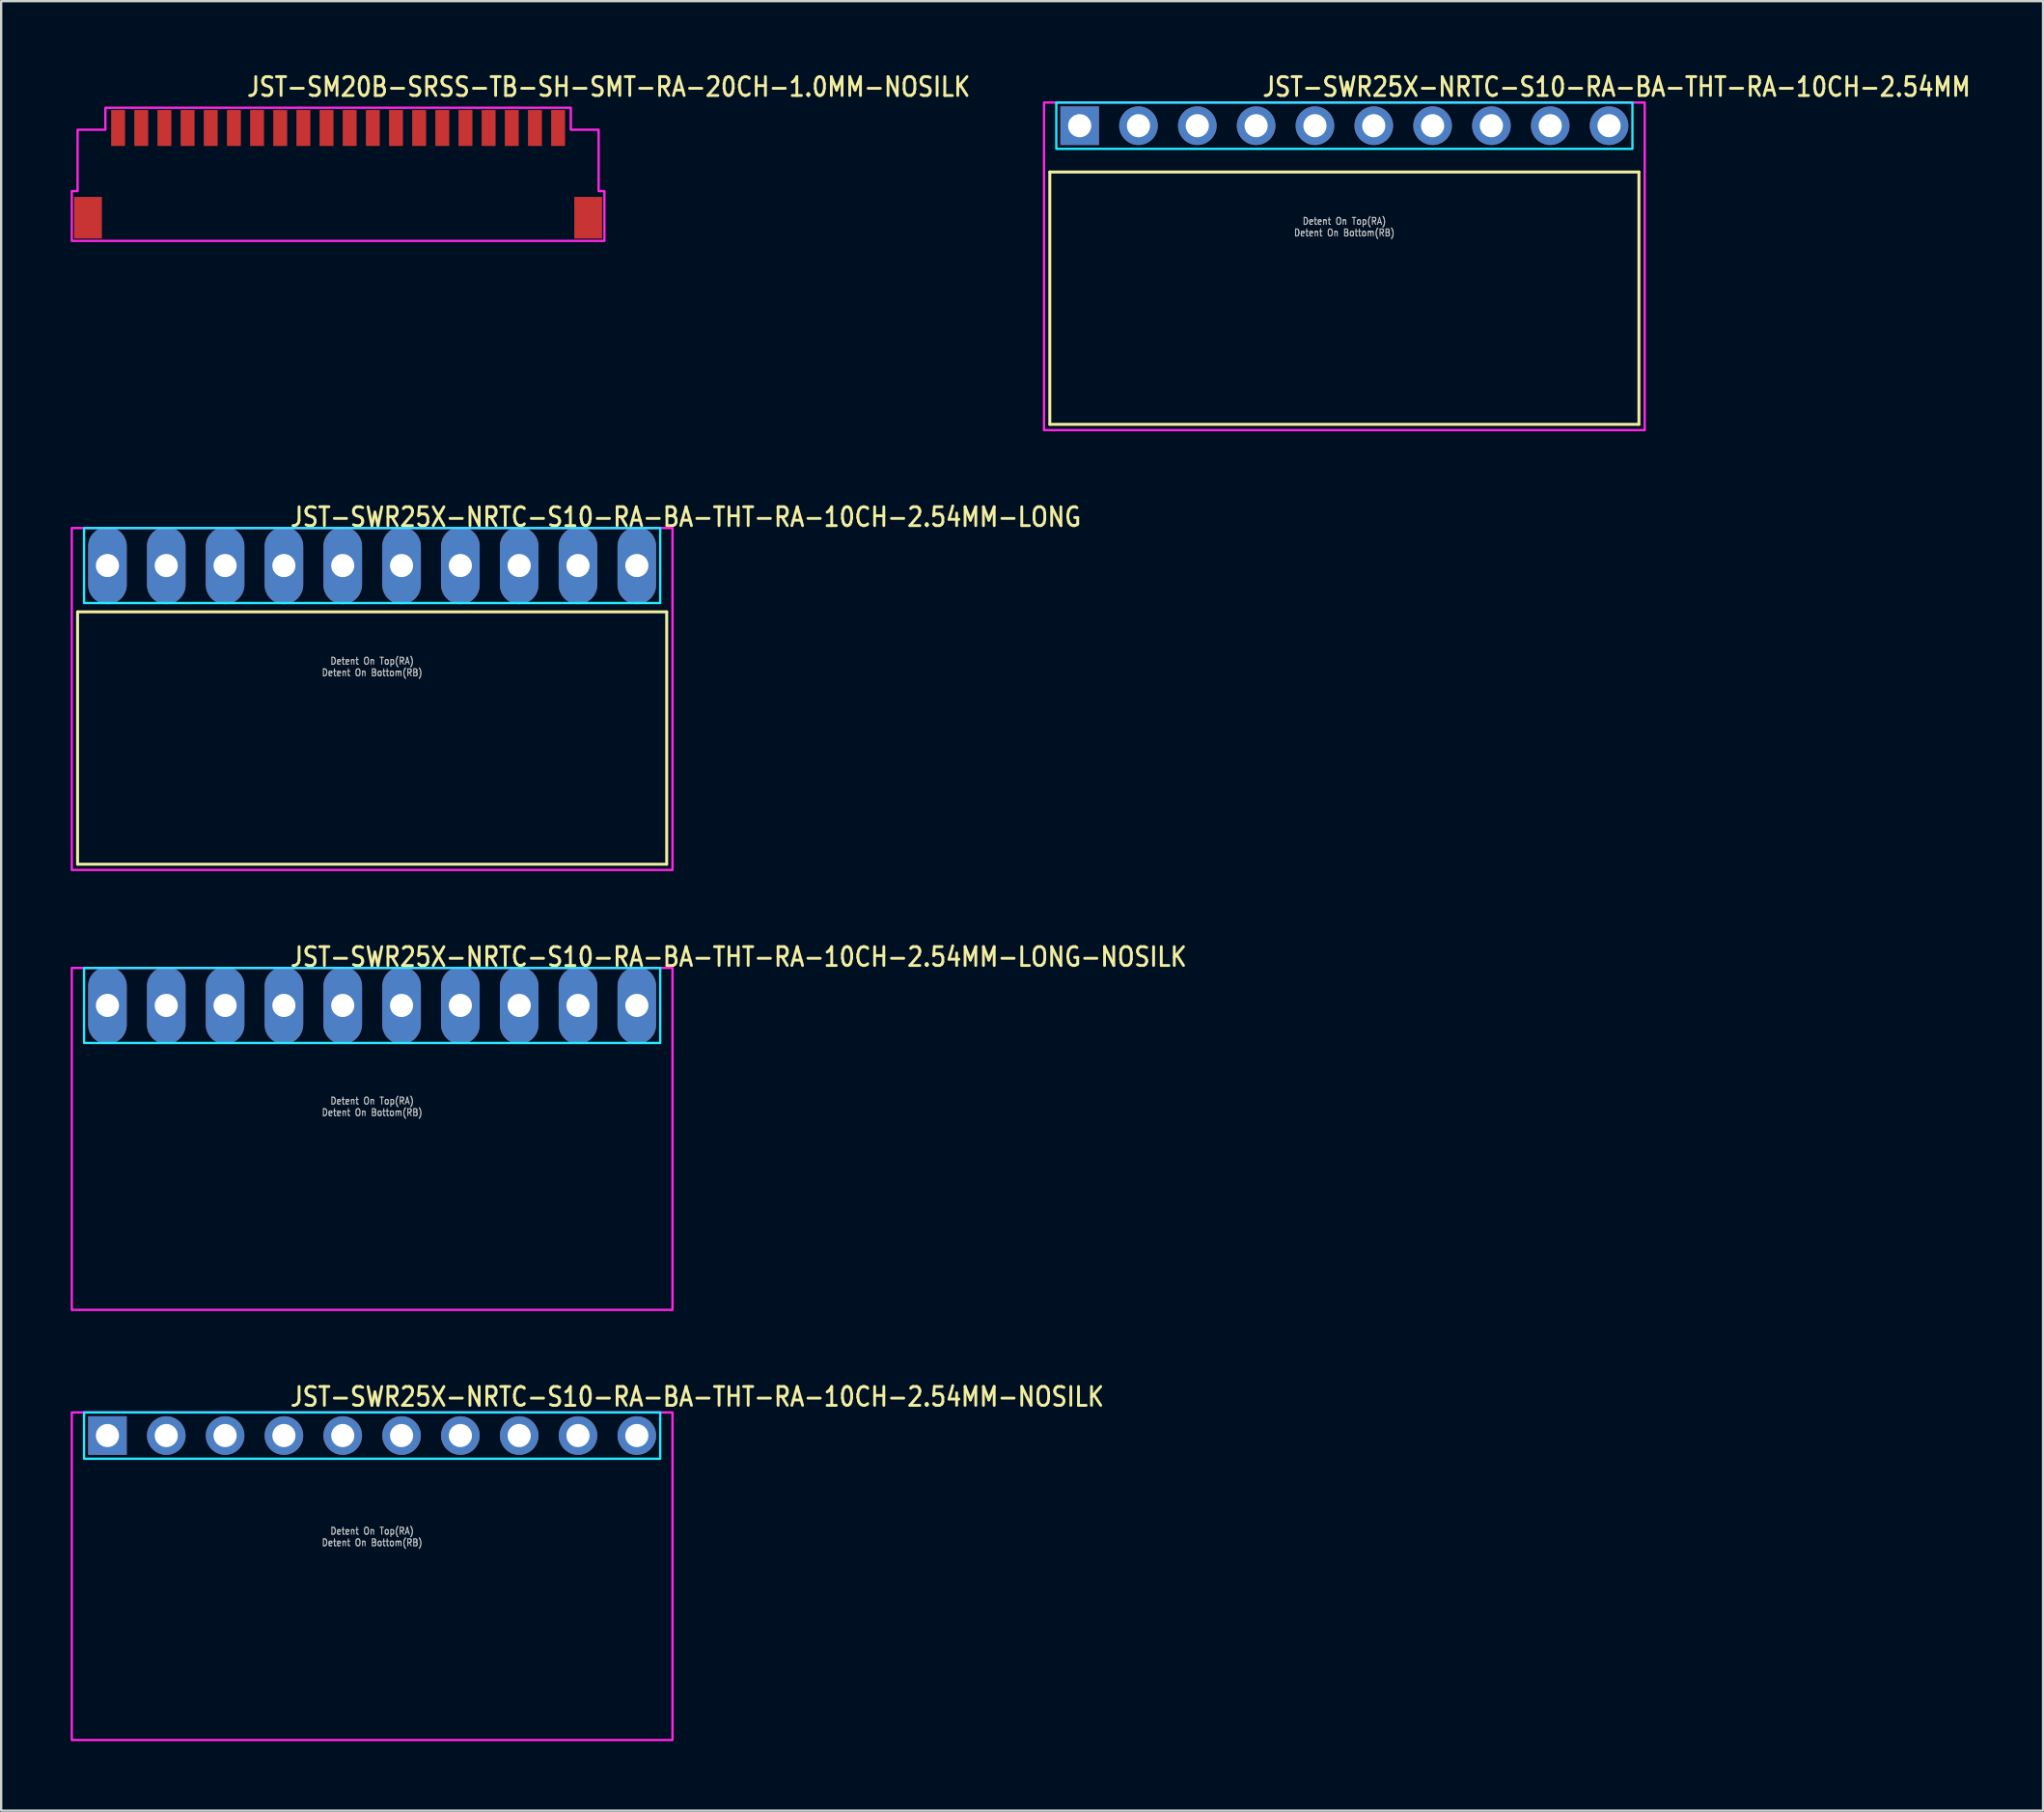
<source format=kicad_pcb>
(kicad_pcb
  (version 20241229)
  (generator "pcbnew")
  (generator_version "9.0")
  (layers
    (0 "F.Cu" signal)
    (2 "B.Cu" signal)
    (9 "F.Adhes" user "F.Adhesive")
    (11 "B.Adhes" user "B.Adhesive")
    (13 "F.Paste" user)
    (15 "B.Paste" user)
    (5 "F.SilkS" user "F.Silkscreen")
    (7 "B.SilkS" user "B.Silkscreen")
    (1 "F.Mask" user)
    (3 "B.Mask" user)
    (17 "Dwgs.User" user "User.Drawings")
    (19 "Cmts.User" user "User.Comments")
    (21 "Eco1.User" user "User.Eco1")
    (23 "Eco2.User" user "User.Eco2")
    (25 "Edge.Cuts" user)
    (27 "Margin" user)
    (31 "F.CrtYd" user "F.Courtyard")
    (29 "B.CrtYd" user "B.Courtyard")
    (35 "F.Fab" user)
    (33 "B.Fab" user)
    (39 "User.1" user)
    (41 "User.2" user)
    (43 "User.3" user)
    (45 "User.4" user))
  (footprint "JST-SWR25X-NRTC-S10-RA-BA-THT-RA-10CH-2.54MM-NOSILK"
    (layer "F.Cu")
    (at 13.02 58.954)
    (property "Reference" "JST-SWR25X-NRTC-S10-RA-BA-THT-RA-10CH-2.54MM-NOSILK" (at -3.6 -1.2 0) (unlocked yes) (layer "F.SilkS") (effects (font (size 0.813 0.695) (thickness 0.122)) (justify left bottom)))
    (fp_poly (pts (xy -12.44 -1) (xy -12.44 1) (xy 12.44 1) (xy 12.44 -1)) (stroke (width 0.1) (type solid)) (fill no) (layer "B.CrtYd"))
    (fp_poly (pts (xy -12.97 -1) (xy -12.97 13.15) (xy 12.97 13.15) (xy 12.97 -1)) (stroke (width 0.1) (type solid)) (fill no) (layer "F.CrtYd"))
    (fp_text user "Detent On Top(RA)" (at 0 4.3 0) (unlocked yes) (layer "Dwgs.User") (effects (font (size 0.3 0.257) (thickness 0.045)) (justify bottom)))
    (fp_text user "Detent On Bottom(RB)" (at 0 4.8 0) (unlocked yes) (layer "Dwgs.User") (effects (font (size 0.3 0.257) (thickness 0.045)) (justify bottom)))
    (pad "1" thru_hole rect (at -11.43 0) (size 1.667 1.667) (drill 1) (layers "*.Cu" "*.Mask"))
    (pad "2" thru_hole oval (at -8.89 0) (size 1.667 1.667) (drill 1) (layers "*.Cu" "*.Mask"))
    (pad "3" thru_hole oval (at -6.35 0) (size 1.667 1.667) (drill 1) (layers "*.Cu" "*.Mask"))
    (pad "4" thru_hole oval (at -3.81 0) (size 1.667 1.667) (drill 1) (layers "*.Cu" "*.Mask"))
    (pad "5" thru_hole oval (at -1.27 0) (size 1.667 1.667) (drill 1) (layers "*.Cu" "*.Mask"))
    (pad "6" thru_hole oval (at 1.27 0) (size 1.667 1.667) (drill 1) (layers "*.Cu" "*.Mask"))
    (pad "7" thru_hole oval (at 3.81 0) (size 1.667 1.667) (drill 1) (layers "*.Cu" "*.Mask"))
    (pad "8" thru_hole oval (at 6.35 0) (size 1.667 1.667) (drill 1) (layers "*.Cu" "*.Mask"))
    (pad "9" thru_hole oval (at 8.89 0) (size 1.667 1.667) (drill 1) (layers "*.Cu" "*.Mask"))
    (pad "10" thru_hole oval (at 11.43 0) (size 1.667 1.667) (drill 1) (layers "*.Cu" "*.Mask")))
  (footprint "JST-SWR25X-NRTC-S10-RA-BA-THT-RA-10CH-2.54MM-LONG-NOSILK"
    (layer "F.Cu")
    (at 13.02 40.376)
    (property "Reference" "JST-SWR25X-NRTC-S10-RA-BA-THT-RA-10CH-2.54MM-LONG-NOSILK" (at -3.6 -1.62 0) (unlocked yes) (layer "F.SilkS") (effects (font (size 0.813 0.695) (thickness 0.122)) (justify left bottom)))
    (fp_poly (pts (xy -12.44 -1.62) (xy -12.44 1.62) (xy 12.44 1.62) (xy 12.44 -1.62)) (stroke (width 0.1) (type solid)) (fill no) (layer "B.CrtYd"))
    (fp_poly (pts (xy -12.97 -1.62) (xy -12.97 13.15) (xy 12.97 13.15) (xy 12.97 -1.62)) (stroke (width 0.1) (type solid)) (fill no) (layer "F.CrtYd"))
    (fp_text user "Detent On Bottom(RB)" (at 0 4.8 0) (unlocked yes) (layer "Dwgs.User") (effects (font (size 0.3 0.257) (thickness 0.045)) (justify bottom)))
    (fp_text user "Detent On Top(RA)" (at 0 4.3 0) (unlocked yes) (layer "Dwgs.User") (effects (font (size 0.3 0.257) (thickness 0.045)) (justify bottom)))
    (pad "1" thru_hole oval (at -11.43 0 90) (size 3.333 1.667) (drill 1) (layers "*.Cu" "*.Mask"))
    (pad "2" thru_hole oval (at -8.89 0 90) (size 3.333 1.667) (drill 1) (layers "*.Cu" "*.Mask"))
    (pad "3" thru_hole oval (at -6.35 0 90) (size 3.333 1.667) (drill 1) (layers "*.Cu" "*.Mask"))
    (pad "4" thru_hole oval (at -3.81 0 90) (size 3.333 1.667) (drill 1) (layers "*.Cu" "*.Mask"))
    (pad "5" thru_hole oval (at -1.27 0 90) (size 3.333 1.667) (drill 1) (layers "*.Cu" "*.Mask"))
    (pad "6" thru_hole oval (at 1.27 0 90) (size 3.333 1.667) (drill 1) (layers "*.Cu" "*.Mask"))
    (pad "7" thru_hole oval (at 3.81 0 90) (size 3.333 1.667) (drill 1) (layers "*.Cu" "*.Mask"))
    (pad "8" thru_hole oval (at 6.35 0 90) (size 3.333 1.667) (drill 1) (layers "*.Cu" "*.Mask"))
    (pad "9" thru_hole oval (at 8.89 0 90) (size 3.333 1.667) (drill 1) (layers "*.Cu" "*.Mask"))
    (pad "10" thru_hole oval (at 11.43 0 90) (size 3.333 1.667) (drill 1) (layers "*.Cu" "*.Mask")))
  (footprint "JST-SM20B-SRSS-TB-SH-SMT-RA-20CH-1.0MM-NOSILK"
    (layer "F.Cu")
    (at 11.55 4.479)
    (property "Reference" "JST-SM20B-SRSS-TB-SH-SMT-RA-20CH-1.0MM-NOSILK" (at -4 -3.3 0) (unlocked yes) (layer "F.SilkS") (effects (font (size 0.813 0.695) (thickness 0.122)) (justify left bottom)))
    (fp_poly (pts (xy -11.5 2.875) (xy -11.5 0.725) (xy -11.25 0.725) (xy -11.25 -1.925) (xy -10.05 -1.925) (xy -10.05 -2.875) (xy 10.05 -2.875) (xy 10.05 -1.925) (xy 11.25 -1.925) (xy 11.25 0.725) (xy 11.5 0.725) (xy 11.5 2.875)) (stroke (width 0.1) (type solid)) (fill no) (layer "F.CrtYd"))
    (pad "1" smd rect (at -9.5 -2) (size 0.6 1.55) (layers "F.Cu" "F.Mask" "F.Paste"))
    (pad "2" smd rect (at -8.5 -2) (size 0.6 1.55) (layers "F.Cu" "F.Mask" "F.Paste"))
    (pad "3" smd rect (at -7.5 -2) (size 0.6 1.55) (layers "F.Cu" "F.Mask" "F.Paste"))
    (pad "4" smd rect (at -6.5 -2) (size 0.6 1.55) (layers "F.Cu" "F.Mask" "F.Paste"))
    (pad "5" smd rect (at -5.5 -2) (size 0.6 1.55) (layers "F.Cu" "F.Mask" "F.Paste"))
    (pad "6" smd rect (at -4.5 -2) (size 0.6 1.55) (layers "F.Cu" "F.Mask" "F.Paste"))
    (pad "7" smd rect (at -3.5 -2) (size 0.6 1.55) (layers "F.Cu" "F.Mask" "F.Paste"))
    (pad "8" smd rect (at -2.5 -2) (size 0.6 1.55) (layers "F.Cu" "F.Mask" "F.Paste"))
    (pad "9" smd rect (at -1.5 -2) (size 0.6 1.55) (layers "F.Cu" "F.Mask" "F.Paste"))
    (pad "10" smd rect (at -0.5 -2) (size 0.6 1.55) (layers "F.Cu" "F.Mask" "F.Paste"))
    (pad "11" smd rect (at 0.5 -2) (size 0.6 1.55) (layers "F.Cu" "F.Mask" "F.Paste"))
    (pad "12" smd rect (at 1.5 -2) (size 0.6 1.55) (layers "F.Cu" "F.Mask" "F.Paste"))
    (pad "13" smd rect (at 2.5 -2) (size 0.6 1.55) (layers "F.Cu" "F.Mask" "F.Paste"))
    (pad "14" smd rect (at 3.5 -2) (size 0.6 1.55) (layers "F.Cu" "F.Mask" "F.Paste"))
    (pad "15" smd rect (at 4.5 -2) (size 0.6 1.55) (layers "F.Cu" "F.Mask" "F.Paste"))
    (pad "16" smd rect (at 5.5 -2) (size 0.6 1.55) (layers "F.Cu" "F.Mask" "F.Paste"))
    (pad "17" smd rect (at 6.5 -2) (size 0.6 1.55) (layers "F.Cu" "F.Mask" "F.Paste"))
    (pad "18" smd rect (at 7.5 -2) (size 0.6 1.55) (layers "F.Cu" "F.Mask" "F.Paste"))
    (pad "19" smd rect (at 8.5 -2) (size 0.6 1.55) (layers "F.Cu" "F.Mask" "F.Paste"))
    (pad "20" smd rect (at 9.5 -2) (size 0.6 1.55) (layers "F.Cu" "F.Mask" "F.Paste"))
    (pad "S_20" smd rect (at -10.8 1.875) (size 1.2 1.8) (layers "F.Cu" "F.Mask" "F.Paste"))
    (pad "S_21" smd rect (at 10.8 1.875) (size 1.2 1.8) (layers "F.Cu" "F.Mask" "F.Paste")))
  (footprint "JST-SWR25X-NRTC-S10-RA-BA-THT-RA-10CH-2.54MM-LONG"
    (layer "F.Cu")
    (at 13.02 21.377)
    (property "Reference" "JST-SWR25X-NRTC-S10-RA-BA-THT-RA-10CH-2.54MM-LONG" (at -3.6 -1.62 0) (unlocked yes) (layer "F.SilkS") (effects (font (size 0.813 0.695) (thickness 0.122)) (justify left bottom)))
    (fp_line (start -12.72 2) (end 12.72 2) (stroke (width 0.127) (type solid)) (layer "F.SilkS"))
    (fp_line (start -12.72 12.9) (end -12.72 2) (stroke (width 0.127) (type solid)) (layer "F.SilkS"))
    (fp_line (start -12.72 12.9) (end 12.72 12.9) (stroke (width 0.127) (type solid)) (layer "F.SilkS"))
    (fp_line (start 12.72 2) (end 12.72 12.9) (stroke (width 0.127) (type solid)) (layer "F.SilkS"))
    (fp_poly (pts (xy -12.44 -1.62) (xy -12.44 1.62) (xy 12.44 1.62) (xy 12.44 -1.62)) (stroke (width 0.1) (type solid)) (fill no) (layer "B.CrtYd"))
    (fp_poly (pts (xy -12.97 -1.62) (xy -12.97 13.15) (xy 12.97 13.15) (xy 12.97 -1.62)) (stroke (width 0.1) (type solid)) (fill no) (layer "F.CrtYd"))
    (fp_text user "Detent On Bottom(RB)" (at 0 4.8 0) (unlocked yes) (layer "Dwgs.User") (effects (font (size 0.3 0.257) (thickness 0.045)) (justify bottom)))
    (fp_text user "Detent On Top(RA)" (at 0 4.3 0) (unlocked yes) (layer "Dwgs.User") (effects (font (size 0.3 0.257) (thickness 0.045)) (justify bottom)))
    (pad "1" thru_hole oval (at -11.43 0 90) (size 3.333 1.667) (drill 1) (layers "*.Cu" "*.Mask"))
    (pad "2" thru_hole oval (at -8.89 0 90) (size 3.333 1.667) (drill 1) (layers "*.Cu" "*.Mask"))
    (pad "3" thru_hole oval (at -6.35 0 90) (size 3.333 1.667) (drill 1) (layers "*.Cu" "*.Mask"))
    (pad "4" thru_hole oval (at -3.81 0 90) (size 3.333 1.667) (drill 1) (layers "*.Cu" "*.Mask"))
    (pad "5" thru_hole oval (at -1.27 0 90) (size 3.333 1.667) (drill 1) (layers "*.Cu" "*.Mask"))
    (pad "6" thru_hole oval (at 1.27 0 90) (size 3.333 1.667) (drill 1) (layers "*.Cu" "*.Mask"))
    (pad "7" thru_hole oval (at 3.81 0 90) (size 3.333 1.667) (drill 1) (layers "*.Cu" "*.Mask"))
    (pad "8" thru_hole oval (at 6.35 0 90) (size 3.333 1.667) (drill 1) (layers "*.Cu" "*.Mask"))
    (pad "9" thru_hole oval (at 8.89 0 90) (size 3.333 1.667) (drill 1) (layers "*.Cu" "*.Mask"))
    (pad "10" thru_hole oval (at 11.43 0 90) (size 3.333 1.667) (drill 1) (layers "*.Cu" "*.Mask")))
  (footprint "JST-SWR25X-NRTC-S10-RA-BA-THT-RA-10CH-2.54MM"
    (layer "F.Cu")
    (at 55.003 2.379)
    (property "Reference" "JST-SWR25X-NRTC-S10-RA-BA-THT-RA-10CH-2.54MM" (at -3.6 -1.2 0) (unlocked yes) (layer "F.SilkS") (effects (font (size 0.813 0.695) (thickness 0.122)) (justify left bottom)))
    (fp_line (start -12.72 2) (end 12.72 2) (stroke (width 0.127) (type solid)) (layer "F.SilkS"))
    (fp_line (start -12.72 12.9) (end -12.72 2) (stroke (width 0.127) (type solid)) (layer "F.SilkS"))
    (fp_line (start -12.72 12.9) (end 12.72 12.9) (stroke (width 0.127) (type solid)) (layer "F.SilkS"))
    (fp_line (start 12.72 2) (end 12.72 12.9) (stroke (width 0.127) (type solid)) (layer "F.SilkS"))
    (fp_poly (pts (xy -12.44 -1) (xy -12.44 1) (xy 12.44 1) (xy 12.44 -1)) (stroke (width 0.1) (type solid)) (fill no) (layer "B.CrtYd"))
    (fp_poly (pts (xy -12.97 -1) (xy -12.97 13.15) (xy 12.97 13.15) (xy 12.97 -1)) (stroke (width 0.1) (type solid)) (fill no) (layer "F.CrtYd"))
    (fp_text user "Detent On Bottom(RB)" (at 0 4.8 0) (unlocked yes) (layer "Dwgs.User") (effects (font (size 0.3 0.257) (thickness 0.045)) (justify bottom)))
    (fp_text user "Detent On Top(RA)" (at 0 4.3 0) (unlocked yes) (layer "Dwgs.User") (effects (font (size 0.3 0.257) (thickness 0.045)) (justify bottom)))
    (pad "1" thru_hole rect (at -11.43 0) (size 1.667 1.667) (drill 1) (layers "*.Cu" "*.Mask"))
    (pad "2" thru_hole oval (at -8.89 0) (size 1.667 1.667) (drill 1) (layers "*.Cu" "*.Mask"))
    (pad "3" thru_hole oval (at -6.35 0) (size 1.667 1.667) (drill 1) (layers "*.Cu" "*.Mask"))
    (pad "4" thru_hole oval (at -3.81 0) (size 1.667 1.667) (drill 1) (layers "*.Cu" "*.Mask"))
    (pad "5" thru_hole oval (at -1.27 0) (size 1.667 1.667) (drill 1) (layers "*.Cu" "*.Mask"))
    (pad "6" thru_hole oval (at 1.27 0) (size 1.667 1.667) (drill 1) (layers "*.Cu" "*.Mask"))
    (pad "7" thru_hole oval (at 3.81 0) (size 1.667 1.667) (drill 1) (layers "*.Cu" "*.Mask"))
    (pad "8" thru_hole oval (at 6.35 0) (size 1.667 1.667) (drill 1) (layers "*.Cu" "*.Mask"))
    (pad "9" thru_hole oval (at 8.89 0) (size 1.667 1.667) (drill 1) (layers "*.Cu" "*.Mask"))
    (pad "10" thru_hole oval (at 11.43 0) (size 1.667 1.667) (drill 1) (layers "*.Cu" "*.Mask")))
  (gr_rect
    (start -3 -3)
    (end 85.174 75.154)
    (stroke (width 0.1) (type default))
    (fill no)
    (layer "Edge.Cuts")))
</source>
